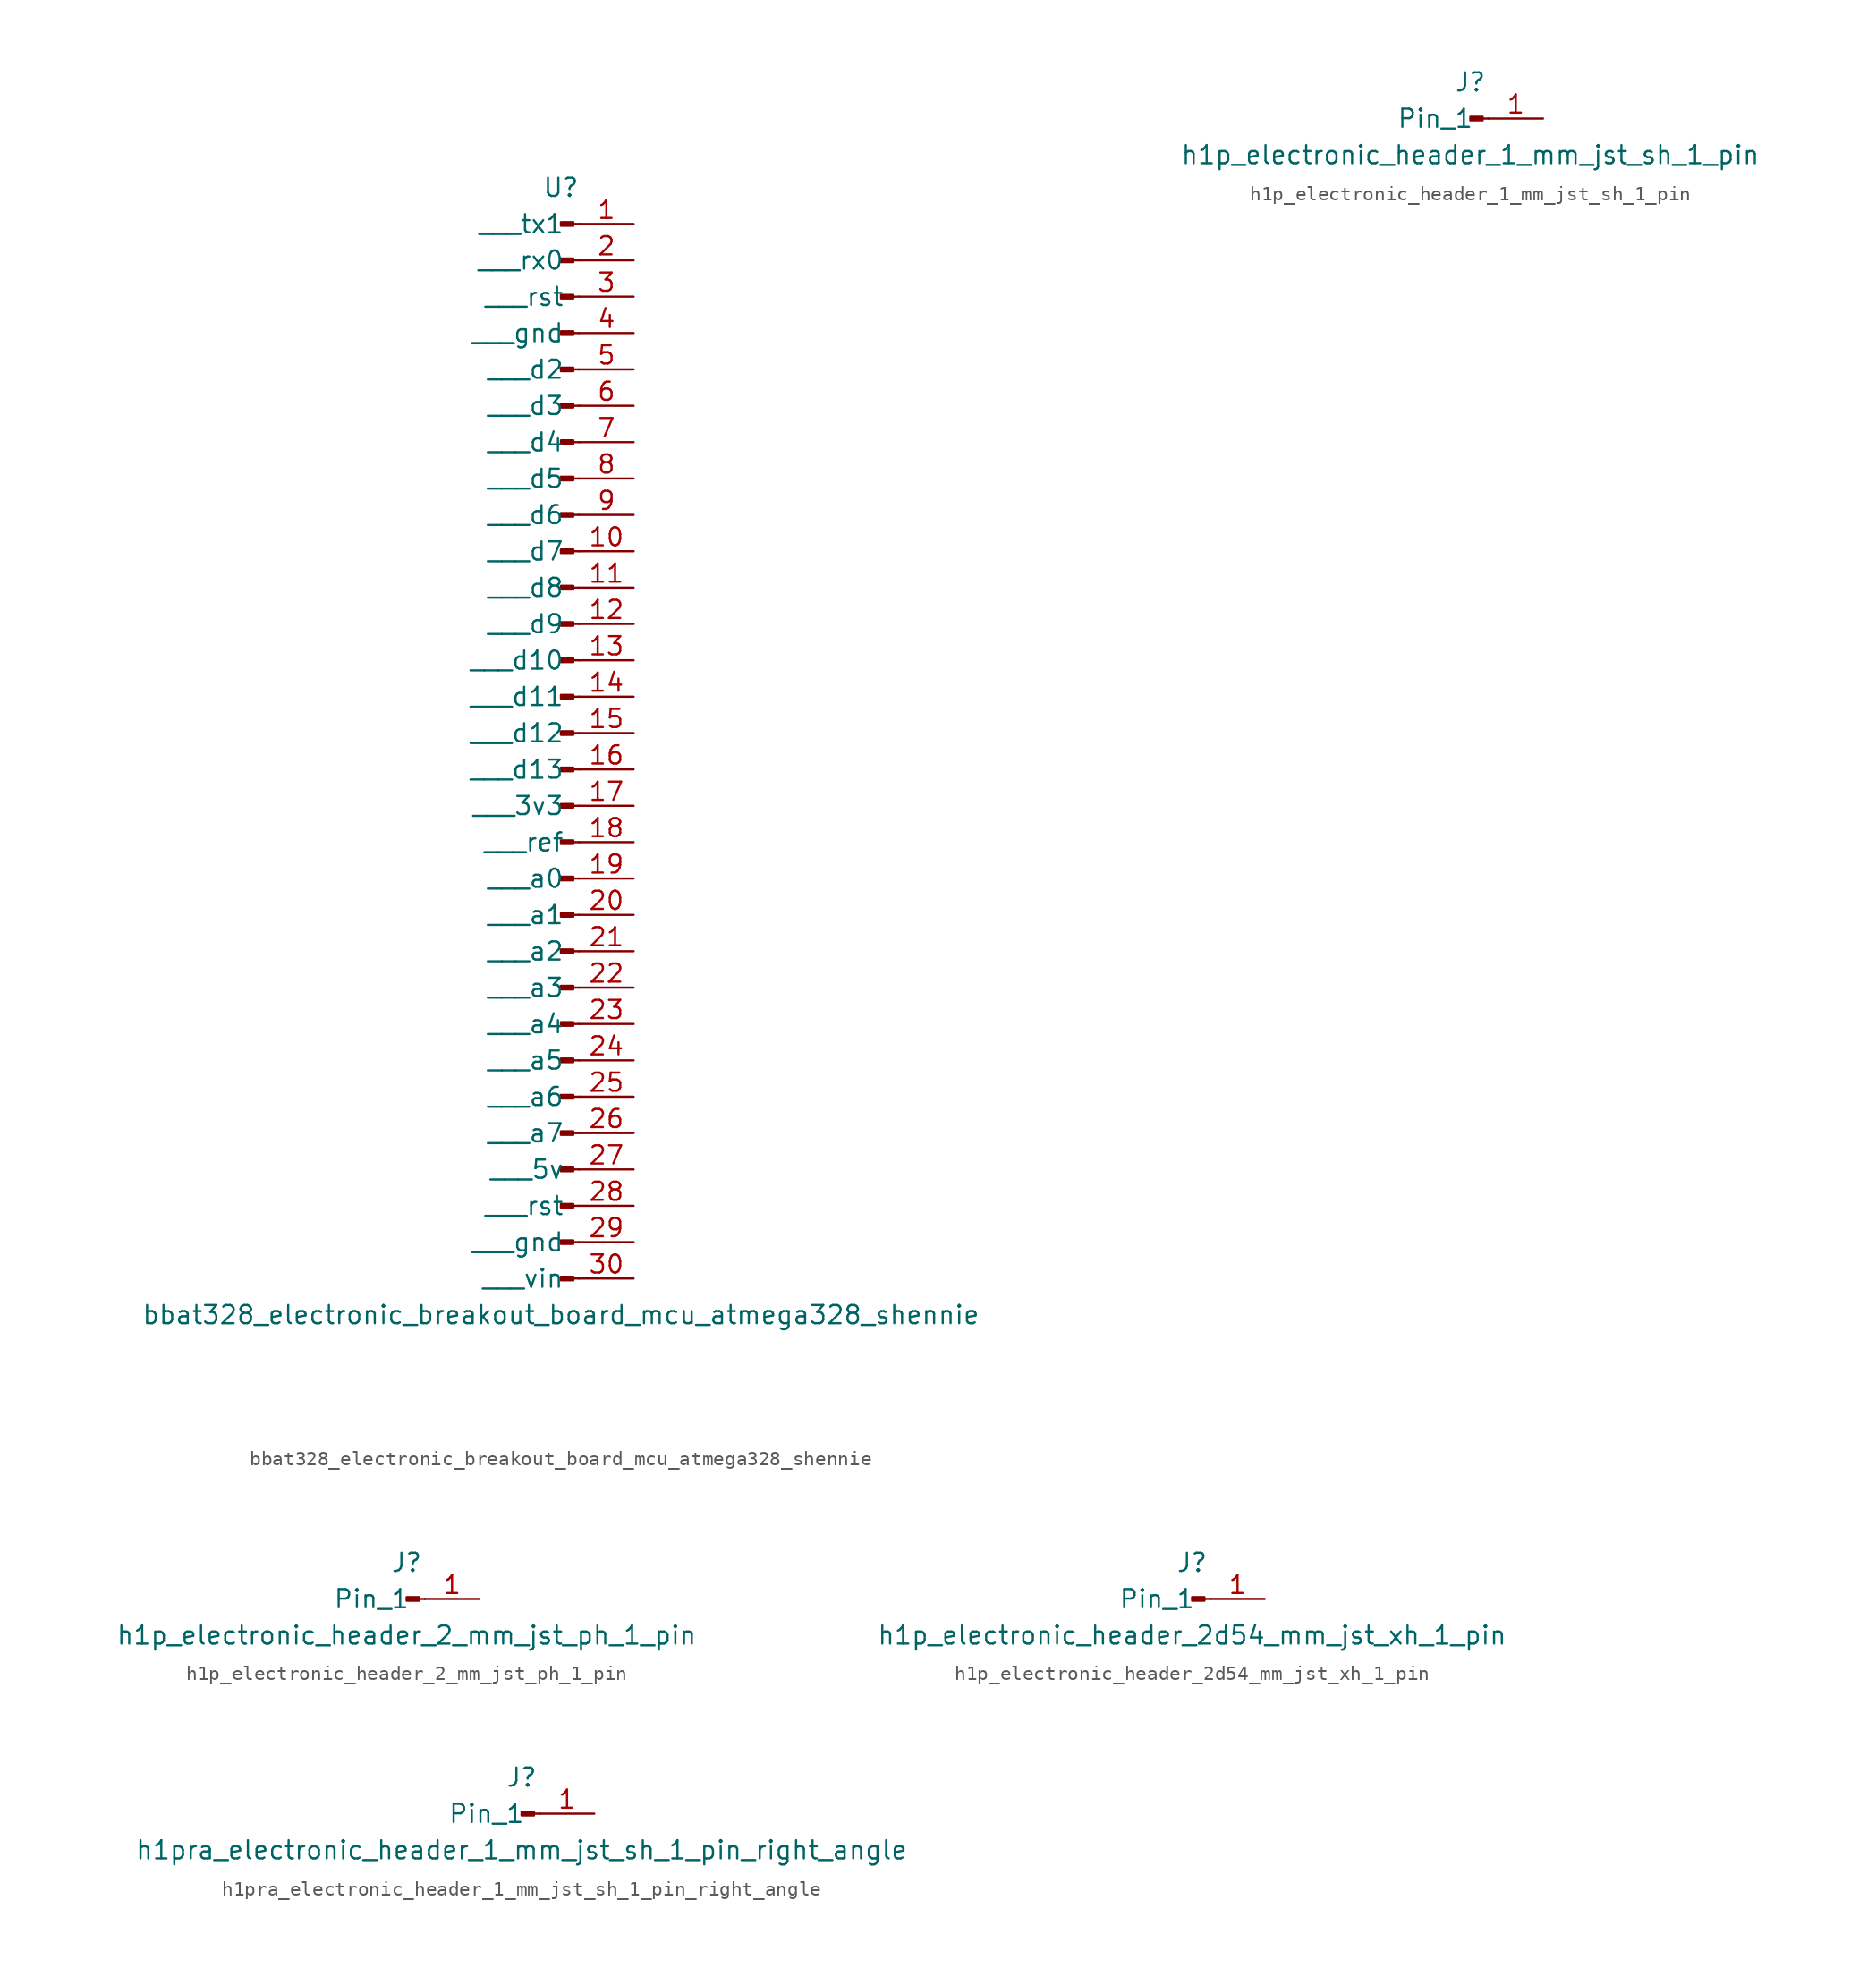
<source format=kicad_sym>
(kicad_symbol_lib
  (version 20220914)
  (generator kicad_symbol_editor)
  (symbol "bbat328_electronic_breakout_board_mcu_atmega328_shennie"
    (pin_names
      (offset 1.016))
    (property "Reference" "U"
      (at 0 38.1 0)
      (effects (font (size 1.27 1.27))))
    (property "Value" "bbat328_electronic_breakout_board_mcu_atmega328_shennie"
      (at 0 -40.64 0)
      (effects (font (size 1.27 1.27))))
    (property "ki_locked" ""
      (at 0 0 0)
      (effects (font (size 1.27 1.27))))
    (symbol "bbat328_electronic_breakout_board_mcu_atmega328_shennie_1_1"
      (polyline (pts (xy 1.27 -38.1) (xy 0.864 -38.1)) (stroke (width 0.152) (type default)) (fill (type none)))
      (polyline (pts (xy 1.27 -35.56) (xy 0.864 -35.56)) (stroke (width 0.152) (type default)) (fill (type none)))
      (polyline (pts (xy 1.27 -33.02) (xy 0.864 -33.02)) (stroke (width 0.152) (type default)) (fill (type none)))
      (polyline (pts (xy 1.27 -30.48) (xy 0.864 -30.48)) (stroke (width 0.152) (type default)) (fill (type none)))
      (polyline (pts (xy 1.27 -27.94) (xy 0.864 -27.94)) (stroke (width 0.152) (type default)) (fill (type none)))
      (polyline (pts (xy 1.27 -25.4) (xy 0.864 -25.4)) (stroke (width 0.152) (type default)) (fill (type none)))
      (polyline (pts (xy 1.27 -22.86) (xy 0.864 -22.86)) (stroke (width 0.152) (type default)) (fill (type none)))
      (polyline (pts (xy 1.27 -20.32) (xy 0.864 -20.32)) (stroke (width 0.152) (type default)) (fill (type none)))
      (polyline (pts (xy 1.27 -17.78) (xy 0.864 -17.78)) (stroke (width 0.152) (type default)) (fill (type none)))
      (polyline (pts (xy 1.27 -15.24) (xy 0.864 -15.24)) (stroke (width 0.152) (type default)) (fill (type none)))
      (polyline (pts (xy 1.27 -12.7) (xy 0.864 -12.7)) (stroke (width 0.152) (type default)) (fill (type none)))
      (polyline (pts (xy 1.27 -10.16) (xy 0.864 -10.16)) (stroke (width 0.152) (type default)) (fill (type none)))
      (polyline (pts (xy 1.27 -7.62) (xy 0.864 -7.62)) (stroke (width 0.152) (type default)) (fill (type none)))
      (polyline (pts (xy 1.27 -5.08) (xy 0.864 -5.08)) (stroke (width 0.152) (type default)) (fill (type none)))
      (polyline (pts (xy 1.27 -2.54) (xy 0.864 -2.54)) (stroke (width 0.152) (type default)) (fill (type none)))
      (polyline (pts (xy 1.27 0) (xy 0.864 0)) (stroke (width 0.152) (type default)) (fill (type none)))
      (polyline (pts (xy 1.27 2.54) (xy 0.864 2.54)) (stroke (width 0.152) (type default)) (fill (type none)))
      (polyline (pts (xy 1.27 5.08) (xy 0.864 5.08)) (stroke (width 0.152) (type default)) (fill (type none)))
      (polyline (pts (xy 1.27 7.62) (xy 0.864 7.62)) (stroke (width 0.152) (type default)) (fill (type none)))
      (polyline (pts (xy 1.27 10.16) (xy 0.864 10.16)) (stroke (width 0.152) (type default)) (fill (type none)))
      (polyline (pts (xy 1.27 12.7) (xy 0.864 12.7)) (stroke (width 0.152) (type default)) (fill (type none)))
      (polyline (pts (xy 1.27 15.24) (xy 0.864 15.24)) (stroke (width 0.152) (type default)) (fill (type none)))
      (polyline (pts (xy 1.27 17.78) (xy 0.864 17.78)) (stroke (width 0.152) (type default)) (fill (type none)))
      (polyline (pts (xy 1.27 20.32) (xy 0.864 20.32)) (stroke (width 0.152) (type default)) (fill (type none)))
      (polyline (pts (xy 1.27 22.86) (xy 0.864 22.86)) (stroke (width 0.152) (type default)) (fill (type none)))
      (polyline (pts (xy 1.27 25.4) (xy 0.864 25.4)) (stroke (width 0.152) (type default)) (fill (type none)))
      (polyline (pts (xy 1.27 27.94) (xy 0.864 27.94)) (stroke (width 0.152) (type default)) (fill (type none)))
      (polyline (pts (xy 1.27 30.48) (xy 0.864 30.48)) (stroke (width 0.152) (type default)) (fill (type none)))
      (polyline (pts (xy 1.27 33.02) (xy 0.864 33.02)) (stroke (width 0.152) (type default)) (fill (type none)))
      (polyline (pts (xy 1.27 35.56) (xy 0.864 35.56)) (stroke (width 0.152) (type default)) (fill (type none)))
      (rectangle (start 0.864 -37.973) (end 0 -38.227) (stroke (width 0.152) (type default)) (fill (type outline)))
      (rectangle (start 0.864 -35.433) (end 0 -35.687) (stroke (width 0.152) (type default)) (fill (type outline)))
      (rectangle (start 0.864 -32.893) (end 0 -33.147) (stroke (width 0.152) (type default)) (fill (type outline)))
      (rectangle (start 0.864 -30.353) (end 0 -30.607) (stroke (width 0.152) (type default)) (fill (type outline)))
      (rectangle (start 0.864 -27.813) (end 0 -28.067) (stroke (width 0.152) (type default)) (fill (type outline)))
      (rectangle (start 0.864 -25.273) (end 0 -25.527) (stroke (width 0.152) (type default)) (fill (type outline)))
      (rectangle (start 0.864 -22.733) (end 0 -22.987) (stroke (width 0.152) (type default)) (fill (type outline)))
      (rectangle (start 0.864 -20.193) (end 0 -20.447) (stroke (width 0.152) (type default)) (fill (type outline)))
      (rectangle (start 0.864 -17.653) (end 0 -17.907) (stroke (width 0.152) (type default)) (fill (type outline)))
      (rectangle (start 0.864 -15.113) (end 0 -15.367) (stroke (width 0.152) (type default)) (fill (type outline)))
      (rectangle (start 0.864 -12.573) (end 0 -12.827) (stroke (width 0.152) (type default)) (fill (type outline)))
      (rectangle (start 0.864 -10.033) (end 0 -10.287) (stroke (width 0.152) (type default)) (fill (type outline)))
      (rectangle (start 0.864 -7.493) (end 0 -7.747) (stroke (width 0.152) (type default)) (fill (type outline)))
      (rectangle (start 0.864 -4.953) (end 0 -5.207) (stroke (width 0.152) (type default)) (fill (type outline)))
      (rectangle (start 0.864 -2.413) (end 0 -2.667) (stroke (width 0.152) (type default)) (fill (type outline)))
      (rectangle (start 0.864 0.127) (end 0 -0.127) (stroke (width 0.152) (type default)) (fill (type outline)))
      (rectangle (start 0.864 2.667) (end 0 2.413) (stroke (width 0.152) (type default)) (fill (type outline)))
      (rectangle (start 0.864 5.207) (end 0 4.953) (stroke (width 0.152) (type default)) (fill (type outline)))
      (rectangle (start 0.864 7.747) (end 0 7.493) (stroke (width 0.152) (type default)) (fill (type outline)))
      (rectangle (start 0.864 10.287) (end 0 10.033) (stroke (width 0.152) (type default)) (fill (type outline)))
      (rectangle (start 0.864 12.827) (end 0 12.573) (stroke (width 0.152) (type default)) (fill (type outline)))
      (rectangle (start 0.864 15.367) (end 0 15.113) (stroke (width 0.152) (type default)) (fill (type outline)))
      (rectangle (start 0.864 17.907) (end 0 17.653) (stroke (width 0.152) (type default)) (fill (type outline)))
      (rectangle (start 0.864 20.447) (end 0 20.193) (stroke (width 0.152) (type default)) (fill (type outline)))
      (rectangle (start 0.864 22.987) (end 0 22.733) (stroke (width 0.152) (type default)) (fill (type outline)))
      (rectangle (start 0.864 25.527) (end 0 25.273) (stroke (width 0.152) (type default)) (fill (type outline)))
      (rectangle (start 0.864 28.067) (end 0 27.813) (stroke (width 0.152) (type default)) (fill (type outline)))
      (rectangle (start 0.864 30.607) (end 0 30.353) (stroke (width 0.152) (type default)) (fill (type outline)))
      (rectangle (start 0.864 33.147) (end 0 32.893) (stroke (width 0.152) (type default)) (fill (type outline)))
      (rectangle (start 0.864 35.687) (end 0 35.433) (stroke (width 0.152) (type default)) (fill (type outline)))
      (pin passive line (at 5.08 35.56 180) (length 3.81) (name "   tx1" (effects (font (size 1.27 1.27)))) (number "1" (effects (font (size 1.27 1.27)))))
      (pin passive line (at 5.08 12.7 180) (length 3.81) (name "   d7" (effects (font (size 1.27 1.27)))) (number "10" (effects (font (size 1.27 1.27)))))
      (pin passive line (at 5.08 10.16 180) (length 3.81) (name "   d8" (effects (font (size 1.27 1.27)))) (number "11" (effects (font (size 1.27 1.27)))))
      (pin passive line (at 5.08 7.62 180) (length 3.81) (name "   d9" (effects (font (size 1.27 1.27)))) (number "12" (effects (font (size 1.27 1.27)))))
      (pin passive line (at 5.08 5.08 180) (length 3.81) (name "   d10" (effects (font (size 1.27 1.27)))) (number "13" (effects (font (size 1.27 1.27)))))
      (pin passive line (at 5.08 2.54 180) (length 3.81) (name "   d11" (effects (font (size 1.27 1.27)))) (number "14" (effects (font (size 1.27 1.27)))))
      (pin passive line (at 5.08 0 180) (length 3.81) (name "   d12" (effects (font (size 1.27 1.27)))) (number "15" (effects (font (size 1.27 1.27)))))
      (pin passive line (at 5.08 -2.54 180) (length 3.81) (name "   d13" (effects (font (size 1.27 1.27)))) (number "16" (effects (font (size 1.27 1.27)))))
      (pin passive line (at 5.08 -5.08 180) (length 3.81) (name "   3v3" (effects (font (size 1.27 1.27)))) (number "17" (effects (font (size 1.27 1.27)))))
      (pin passive line (at 5.08 -7.62 180) (length 3.81) (name "   ref" (effects (font (size 1.27 1.27)))) (number "18" (effects (font (size 1.27 1.27)))))
      (pin passive line (at 5.08 -10.16 180) (length 3.81) (name "   a0" (effects (font (size 1.27 1.27)))) (number "19" (effects (font (size 1.27 1.27)))))
      (pin passive line (at 5.08 33.02 180) (length 3.81) (name "   rx0" (effects (font (size 1.27 1.27)))) (number "2" (effects (font (size 1.27 1.27)))))
      (pin passive line (at 5.08 -12.7 180) (length 3.81) (name "   a1" (effects (font (size 1.27 1.27)))) (number "20" (effects (font (size 1.27 1.27)))))
      (pin passive line (at 5.08 -15.24 180) (length 3.81) (name "   a2" (effects (font (size 1.27 1.27)))) (number "21" (effects (font (size 1.27 1.27)))))
      (pin passive line (at 5.08 -17.78 180) (length 3.81) (name "   a3" (effects (font (size 1.27 1.27)))) (number "22" (effects (font (size 1.27 1.27)))))
      (pin passive line (at 5.08 -20.32 180) (length 3.81) (name "   a4" (effects (font (size 1.27 1.27)))) (number "23" (effects (font (size 1.27 1.27)))))
      (pin passive line (at 5.08 -22.86 180) (length 3.81) (name "   a5" (effects (font (size 1.27 1.27)))) (number "24" (effects (font (size 1.27 1.27)))))
      (pin passive line (at 5.08 -25.4 180) (length 3.81) (name "   a6" (effects (font (size 1.27 1.27)))) (number "25" (effects (font (size 1.27 1.27)))))
      (pin passive line (at 5.08 -27.94 180) (length 3.81) (name "   a7" (effects (font (size 1.27 1.27)))) (number "26" (effects (font (size 1.27 1.27)))))
      (pin passive line (at 5.08 -30.48 180) (length 3.81) (name "   5v" (effects (font (size 1.27 1.27)))) (number "27" (effects (font (size 1.27 1.27)))))
      (pin passive line (at 5.08 -33.02 180) (length 3.81) (name "   rst" (effects (font (size 1.27 1.27)))) (number "28" (effects (font (size 1.27 1.27)))))
      (pin passive line (at 5.08 -35.56 180) (length 3.81) (name "   gnd" (effects (font (size 1.27 1.27)))) (number "29" (effects (font (size 1.27 1.27)))))
      (pin passive line (at 5.08 30.48 180) (length 3.81) (name "   rst" (effects (font (size 1.27 1.27)))) (number "3" (effects (font (size 1.27 1.27)))))
      (pin passive line (at 5.08 -38.1 180) (length 3.81) (name "   vin" (effects (font (size 1.27 1.27)))) (number "30" (effects (font (size 1.27 1.27)))))
      (pin passive line (at 5.08 27.94 180) (length 3.81) (name "   gnd" (effects (font (size 1.27 1.27)))) (number "4" (effects (font (size 1.27 1.27)))))
      (pin passive line (at 5.08 25.4 180) (length 3.81) (name "   d2" (effects (font (size 1.27 1.27)))) (number "5" (effects (font (size 1.27 1.27)))))
      (pin passive line (at 5.08 22.86 180) (length 3.81) (name "   d3" (effects (font (size 1.27 1.27)))) (number "6" (effects (font (size 1.27 1.27)))))
      (pin passive line (at 5.08 20.32 180) (length 3.81) (name "   d4" (effects (font (size 1.27 1.27)))) (number "7" (effects (font (size 1.27 1.27)))))
      (pin passive line (at 5.08 17.78 180) (length 3.81) (name "   d5" (effects (font (size 1.27 1.27)))) (number "8" (effects (font (size 1.27 1.27)))))
      (pin passive line (at 5.08 15.24 180) (length 3.81) (name "   d6" (effects (font (size 1.27 1.27)))) (number "9" (effects (font (size 1.27 1.27)))))))
  (symbol "h1p_electronic_header_1_mm_jst_sh_1_pin"
    (pin_names
      (offset 1.016))
    (property "Reference" "J"
      (at 0 2.54 0)
      (effects (font (size 1.27 1.27))))
    (property "Value" "h1p_electronic_header_1_mm_jst_sh_1_pin"
      (at 0 -2.54 0)
      (effects (font (size 1.27 1.27))))
    (property "ki_locked" ""
      (at 0 0 0)
      (effects (font (size 1.27 1.27))))
    (symbol "h1p_electronic_header_1_mm_jst_sh_1_pin_1_1"
      (polyline (pts (xy 1.27 0) (xy 0.864 0)) (stroke (width 0.152) (type default)) (fill (type none)))
      (rectangle (start 0.864 0.127) (end 0 -0.127) (stroke (width 0.152) (type default)) (fill (type outline)))
      (pin passive line (at 5.08 0 180) (length 3.81) (name "Pin_1" (effects (font (size 1.27 1.27)))) (number "1" (effects (font (size 1.27 1.27)))))))
  (symbol "h1p_electronic_header_2_mm_jst_ph_1_pin"
    (pin_names
      (offset 1.016))
    (property "Reference" "J"
      (at 0 2.54 0)
      (effects (font (size 1.27 1.27))))
    (property "Value" "h1p_electronic_header_2_mm_jst_ph_1_pin"
      (at 0 -2.54 0)
      (effects (font (size 1.27 1.27))))
    (property "ki_locked" ""
      (at 0 0 0)
      (effects (font (size 1.27 1.27))))
    (symbol "h1p_electronic_header_2_mm_jst_ph_1_pin_1_1"
      (polyline (pts (xy 1.27 0) (xy 0.864 0)) (stroke (width 0.152) (type default)) (fill (type none)))
      (rectangle (start 0.864 0.127) (end 0 -0.127) (stroke (width 0.152) (type default)) (fill (type outline)))
      (pin passive line (at 5.08 0 180) (length 3.81) (name "Pin_1" (effects (font (size 1.27 1.27)))) (number "1" (effects (font (size 1.27 1.27)))))))
  (symbol "h1p_electronic_header_2d54_mm_jst_xh_1_pin"
    (pin_names
      (offset 1.016))
    (property "Reference" "J"
      (at 0 2.54 0)
      (effects (font (size 1.27 1.27))))
    (property "Value" "h1p_electronic_header_2d54_mm_jst_xh_1_pin"
      (at 0 -2.54 0)
      (effects (font (size 1.27 1.27))))
    (property "ki_locked" ""
      (at 0 0 0)
      (effects (font (size 1.27 1.27))))
    (symbol "h1p_electronic_header_2d54_mm_jst_xh_1_pin_1_1"
      (polyline (pts (xy 1.27 0) (xy 0.864 0)) (stroke (width 0.152) (type default)) (fill (type none)))
      (rectangle (start 0.864 0.127) (end 0 -0.127) (stroke (width 0.152) (type default)) (fill (type outline)))
      (pin passive line (at 5.08 0 180) (length 3.81) (name "Pin_1" (effects (font (size 1.27 1.27)))) (number "1" (effects (font (size 1.27 1.27)))))))
  (symbol "h1pra_electronic_header_1_mm_jst_sh_1_pin_right_angle"
    (pin_names
      (offset 1.016))
    (property "Reference" "J"
      (at 0 2.54 0)
      (effects (font (size 1.27 1.27))))
    (property "Value" "h1pra_electronic_header_1_mm_jst_sh_1_pin_right_angle"
      (at 0 -2.54 0)
      (effects (font (size 1.27 1.27))))
    (property "ki_locked" ""
      (at 0 0 0)
      (effects (font (size 1.27 1.27))))
    (symbol "h1pra_electronic_header_1_mm_jst_sh_1_pin_right_angle_1_1"
      (polyline (pts (xy 1.27 0) (xy 0.864 0)) (stroke (width 0.152) (type default)) (fill (type none)))
      (rectangle (start 0.864 0.127) (end 0 -0.127) (stroke (width 0.152) (type default)) (fill (type outline)))
      (pin passive line (at 5.08 0 180) (length 3.81) (name "Pin_1" (effects (font (size 1.27 1.27)))) (number "1" (effects (font (size 1.27 1.27))))))))
</source>
